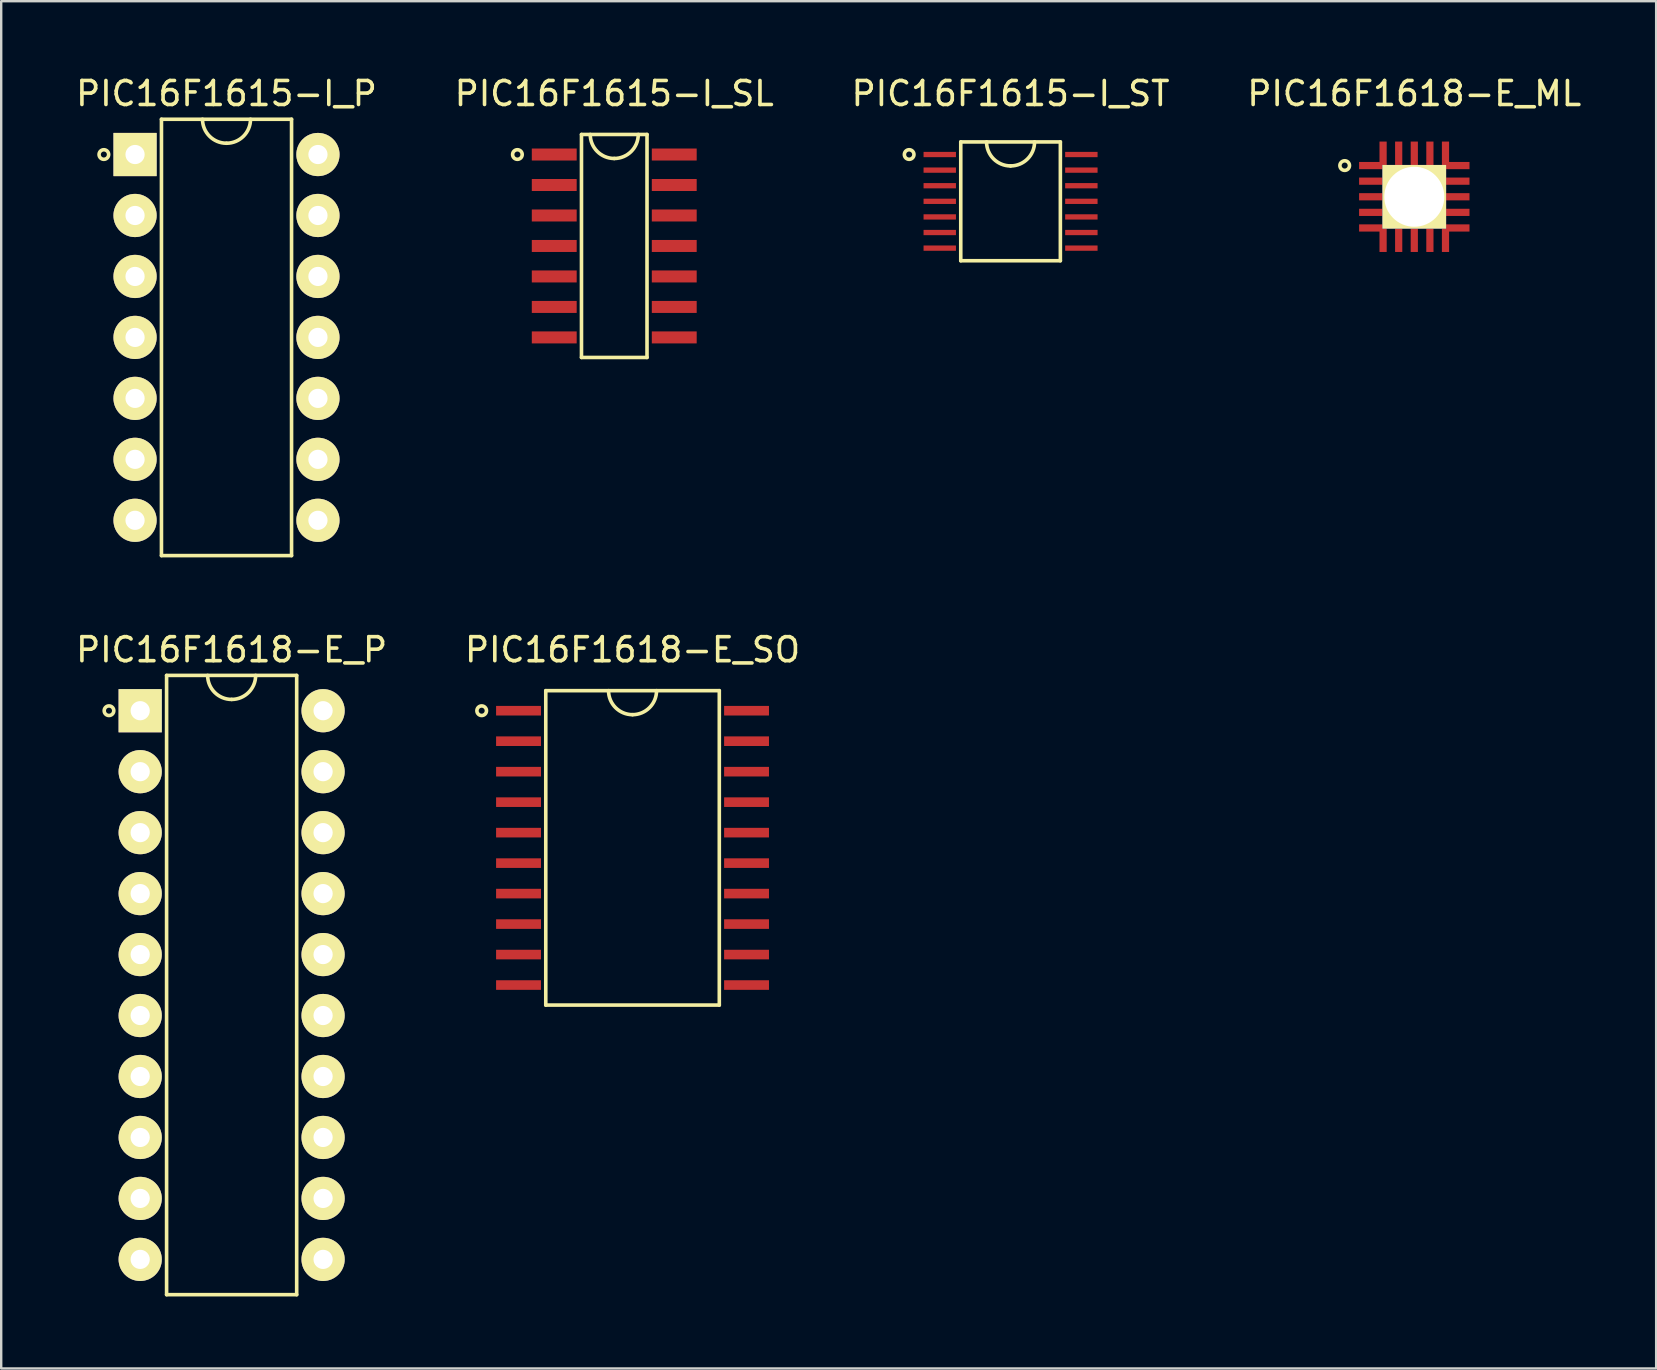
<source format=kicad_pcb>
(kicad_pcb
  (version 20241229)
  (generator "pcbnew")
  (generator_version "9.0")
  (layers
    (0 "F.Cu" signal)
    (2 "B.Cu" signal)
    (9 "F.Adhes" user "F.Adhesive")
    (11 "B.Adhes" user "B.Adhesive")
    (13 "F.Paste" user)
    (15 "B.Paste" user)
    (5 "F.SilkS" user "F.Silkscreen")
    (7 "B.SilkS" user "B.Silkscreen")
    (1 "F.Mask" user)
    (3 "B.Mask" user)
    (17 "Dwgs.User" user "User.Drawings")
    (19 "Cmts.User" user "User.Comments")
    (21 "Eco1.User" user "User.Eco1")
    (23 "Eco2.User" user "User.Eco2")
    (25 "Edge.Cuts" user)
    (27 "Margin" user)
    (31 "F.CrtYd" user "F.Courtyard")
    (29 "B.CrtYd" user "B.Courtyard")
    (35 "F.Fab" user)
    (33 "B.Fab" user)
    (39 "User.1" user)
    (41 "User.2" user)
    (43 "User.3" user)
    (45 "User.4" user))
  (footprint "PIC16F1618-E_P"
    (layer "F.Cu")
    (at 2.791 26.561)
    (property "Reference" "PIC16F1618-E_P" (at 3.81 -2.54 0) (layer "F.SilkS") (effects (font (size 1 1) (thickness 0.15))))
    (attr through_hole)
    (fp_line (start 1.1 -1.47) (end 6.52 -1.47) (stroke (width 0.15) (type solid)) (layer "F.SilkS"))
    (fp_line (start 1.1 24.33) (end 1.1 -1.47) (stroke (width 0.15) (type solid)) (layer "F.SilkS"))
    (fp_line (start 6.52 -1.47) (end 6.52 24.33) (stroke (width 0.15) (type solid)) (layer "F.SilkS"))
    (fp_line (start 6.52 24.33) (end 1.1 24.33) (stroke (width 0.15) (type solid)) (layer "F.SilkS"))
    (fp_arc (start 3.81 -0.47) (mid 3.102893 -0.762893) (end 2.81 -1.47) (stroke (width 0.15) (type solid)) (layer "F.SilkS"))
    (fp_arc (start 4.81 -1.47) (mid 4.517107 -0.762893) (end 3.81 -0.47) (stroke (width 0.15) (type solid)) (layer "F.SilkS"))
    (fp_circle (center -1.3 0) (end -1.3 0.2) (stroke (width 0.15) (type solid)) (fill no) (layer "F.SilkS"))
    (pad "1" thru_hole rect (at 0 0) (size 1.8 1.8) (drill 0.8) (layers "*.Cu" "*.Mask" "F.SilkS"))
    (pad "2" thru_hole circle (at 0 2.54) (size 1.8 1.8) (drill 0.8) (layers "*.Cu" "*.Mask" "F.SilkS"))
    (pad "3" thru_hole circle (at 0 5.08) (size 1.8 1.8) (drill 0.8) (layers "*.Cu" "*.Mask" "F.SilkS"))
    (pad "4" thru_hole circle (at 0 7.62) (size 1.8 1.8) (drill 0.8) (layers "*.Cu" "*.Mask" "F.SilkS"))
    (pad "5" thru_hole circle (at 0 10.16) (size 1.8 1.8) (drill 0.8) (layers "*.Cu" "*.Mask" "F.SilkS"))
    (pad "6" thru_hole circle (at 0 12.7) (size 1.8 1.8) (drill 0.8) (layers "*.Cu" "*.Mask" "F.SilkS"))
    (pad "7" thru_hole circle (at 0 15.24) (size 1.8 1.8) (drill 0.8) (layers "*.Cu" "*.Mask" "F.SilkS"))
    (pad "8" thru_hole circle (at 0 17.78) (size 1.8 1.8) (drill 0.8) (layers "*.Cu" "*.Mask" "F.SilkS"))
    (pad "9" thru_hole circle (at 0 20.32) (size 1.8 1.8) (drill 0.8) (layers "*.Cu" "*.Mask" "F.SilkS"))
    (pad "10" thru_hole circle (at 0 22.86) (size 1.8 1.8) (drill 0.8) (layers "*.Cu" "*.Mask" "F.SilkS"))
    (pad "11" thru_hole circle (at 7.62 22.86) (size 1.8 1.8) (drill 0.8) (layers "*.Cu" "*.Mask" "F.SilkS"))
    (pad "12" thru_hole circle (at 7.62 20.32) (size 1.8 1.8) (drill 0.8) (layers "*.Cu" "*.Mask" "F.SilkS"))
    (pad "13" thru_hole circle (at 7.62 17.78) (size 1.8 1.8) (drill 0.8) (layers "*.Cu" "*.Mask" "F.SilkS"))
    (pad "14" thru_hole circle (at 7.62 15.24) (size 1.8 1.8) (drill 0.8) (layers "*.Cu" "*.Mask" "F.SilkS"))
    (pad "15" thru_hole circle (at 7.62 12.7) (size 1.8 1.8) (drill 0.8) (layers "*.Cu" "*.Mask" "F.SilkS"))
    (pad "16" thru_hole circle (at 7.62 10.16) (size 1.8 1.8) (drill 0.8) (layers "*.Cu" "*.Mask" "F.SilkS"))
    (pad "17" thru_hole circle (at 7.62 7.62) (size 1.8 1.8) (drill 0.8) (layers "*.Cu" "*.Mask" "F.SilkS"))
    (pad "18" thru_hole circle (at 7.62 5.08) (size 1.8 1.8) (drill 0.8) (layers "*.Cu" "*.Mask" "F.SilkS"))
    (pad "19" thru_hole circle (at 7.62 2.54) (size 1.8 1.8) (drill 0.8) (layers "*.Cu" "*.Mask" "F.SilkS"))
    (pad "20" thru_hole circle (at 7.62 0) (size 1.8 1.8) (drill 0.8) (layers "*.Cu" "*.Mask" "F.SilkS")))
  (footprint "PIC16F1615-I_SL"
    (layer "F.Cu")
    (at 20.042 3.388)
    (property "Reference" "PIC16F1615-I_SL" (at 2.5 -2.54 0) (layer "F.SilkS") (effects (font (size 1 1) (thickness 0.15))))
    (attr through_hole)
    (fp_line (start 1.135 -0.835) (end 3.865 -0.835) (stroke (width 0.15) (type solid)) (layer "F.SilkS"))
    (fp_line (start 1.135 8.455) (end 1.135 -0.835) (stroke (width 0.15) (type solid)) (layer "F.SilkS"))
    (fp_line (start 3.865 -0.835) (end 3.865 8.455) (stroke (width 0.15) (type solid)) (layer "F.SilkS"))
    (fp_line (start 3.865 8.455) (end 1.135 8.455) (stroke (width 0.15) (type solid)) (layer "F.SilkS"))
    (fp_arc (start 2.5 0.165) (mid 1.792893 -0.127893) (end 1.5 -0.835) (stroke (width 0.15) (type solid)) (layer "F.SilkS"))
    (fp_arc (start 3.5 -0.835) (mid 3.207107 -0.127893) (end 2.5 0.165) (stroke (width 0.15) (type solid)) (layer "F.SilkS"))
    (fp_circle (center -1.535 0) (end -1.535 0.2) (stroke (width 0.15) (type solid)) (fill no) (layer "F.SilkS"))
    (pad "1" smd rect (at 0 0) (size 1.87 0.5) (layers "F.Cu" "F.Mask" "F.Paste"))
    (pad "2" smd rect (at 0 1.27) (size 1.87 0.5) (layers "F.Cu" "F.Mask" "F.Paste"))
    (pad "3" smd rect (at 0 2.54) (size 1.87 0.5) (layers "F.Cu" "F.Mask" "F.Paste"))
    (pad "4" smd rect (at 0 3.81) (size 1.87 0.5) (layers "F.Cu" "F.Mask" "F.Paste"))
    (pad "5" smd rect (at 0 5.08) (size 1.87 0.5) (layers "F.Cu" "F.Mask" "F.Paste"))
    (pad "6" smd rect (at 0 6.35) (size 1.87 0.5) (layers "F.Cu" "F.Mask" "F.Paste"))
    (pad "7" smd rect (at 0 7.62) (size 1.87 0.5) (layers "F.Cu" "F.Mask" "F.Paste"))
    (pad "8" smd rect (at 5 7.62) (size 1.87 0.5) (layers "F.Cu" "F.Mask" "F.Paste"))
    (pad "9" smd rect (at 5 6.35) (size 1.87 0.5) (layers "F.Cu" "F.Mask" "F.Paste"))
    (pad "10" smd rect (at 5 5.08) (size 1.87 0.5) (layers "F.Cu" "F.Mask" "F.Paste"))
    (pad "11" smd rect (at 5 3.81) (size 1.87 0.5) (layers "F.Cu" "F.Mask" "F.Paste"))
    (pad "12" smd rect (at 5 2.54) (size 1.87 0.5) (layers "F.Cu" "F.Mask" "F.Paste"))
    (pad "13" smd rect (at 5 1.27) (size 1.87 0.5) (layers "F.Cu" "F.Mask" "F.Paste"))
    (pad "14" smd rect (at 5 0) (size 1.87 0.5) (layers "F.Cu" "F.Mask" "F.Paste")))
  (footprint "PIC16F1615-I_P"
    (layer "F.Cu")
    (at 2.577 3.388)
    (property "Reference" "PIC16F1615-I_P" (at 3.81 -2.54 0) (layer "F.SilkS") (effects (font (size 1 1) (thickness 0.15))))
    (attr through_hole)
    (fp_line (start 1.1 -1.47) (end 6.52 -1.47) (stroke (width 0.15) (type solid)) (layer "F.SilkS"))
    (fp_line (start 1.1 16.71) (end 1.1 -1.47) (stroke (width 0.15) (type solid)) (layer "F.SilkS"))
    (fp_line (start 6.52 -1.47) (end 6.52 16.71) (stroke (width 0.15) (type solid)) (layer "F.SilkS"))
    (fp_line (start 6.52 16.71) (end 1.1 16.71) (stroke (width 0.15) (type solid)) (layer "F.SilkS"))
    (fp_arc (start 3.81 -0.47) (mid 3.102893 -0.762893) (end 2.81 -1.47) (stroke (width 0.15) (type solid)) (layer "F.SilkS"))
    (fp_arc (start 4.81 -1.47) (mid 4.517107 -0.762893) (end 3.81 -0.47) (stroke (width 0.15) (type solid)) (layer "F.SilkS"))
    (fp_circle (center -1.3 0) (end -1.3 0.2) (stroke (width 0.15) (type solid)) (fill no) (layer "F.SilkS"))
    (pad "1" thru_hole rect (at 0 0) (size 1.8 1.8) (drill 0.8) (layers "*.Cu" "*.Mask" "F.SilkS"))
    (pad "2" thru_hole circle (at 0 2.54) (size 1.8 1.8) (drill 0.8) (layers "*.Cu" "*.Mask" "F.SilkS"))
    (pad "3" thru_hole circle (at 0 5.08) (size 1.8 1.8) (drill 0.8) (layers "*.Cu" "*.Mask" "F.SilkS"))
    (pad "4" thru_hole circle (at 0 7.62) (size 1.8 1.8) (drill 0.8) (layers "*.Cu" "*.Mask" "F.SilkS"))
    (pad "5" thru_hole circle (at 0 10.16) (size 1.8 1.8) (drill 0.8) (layers "*.Cu" "*.Mask" "F.SilkS"))
    (pad "6" thru_hole circle (at 0 12.7) (size 1.8 1.8) (drill 0.8) (layers "*.Cu" "*.Mask" "F.SilkS"))
    (pad "7" thru_hole circle (at 0 15.24) (size 1.8 1.8) (drill 0.8) (layers "*.Cu" "*.Mask" "F.SilkS"))
    (pad "8" thru_hole circle (at 7.62 15.24) (size 1.8 1.8) (drill 0.8) (layers "*.Cu" "*.Mask" "F.SilkS"))
    (pad "9" thru_hole circle (at 7.62 12.7) (size 1.8 1.8) (drill 0.8) (layers "*.Cu" "*.Mask" "F.SilkS"))
    (pad "10" thru_hole circle (at 7.62 10.16) (size 1.8 1.8) (drill 0.8) (layers "*.Cu" "*.Mask" "F.SilkS"))
    (pad "11" thru_hole circle (at 7.62 7.62) (size 1.8 1.8) (drill 0.8) (layers "*.Cu" "*.Mask" "F.SilkS"))
    (pad "12" thru_hole circle (at 7.62 5.08) (size 1.8 1.8) (drill 0.8) (layers "*.Cu" "*.Mask" "F.SilkS"))
    (pad "13" thru_hole circle (at 7.62 2.54) (size 1.8 1.8) (drill 0.8) (layers "*.Cu" "*.Mask" "F.SilkS"))
    (pad "14" thru_hole circle (at 7.62 0) (size 1.8 1.8) (drill 0.8) (layers "*.Cu" "*.Mask" "F.SilkS")))
  (footprint "PIC16F1618-E_ML"
    (layer "F.Cu")
    (at 54.075 3.348)
    (property "Reference" "PIC16F1618-E_ML" (at 1.8 -2.5 0) (layer "F.SilkS") (effects (font (size 1 1) (thickness 0.15))))
    (attr through_hole)
    (fp_line (start 0.7 0.7) (end 0.7 2.9) (stroke (width 0.15) (type solid)) (layer "F.SilkS"))
    (fp_line (start 0.7 0.7) (end 2.9 0.7) (stroke (width 0.15) (type solid)) (layer "F.SilkS"))
    (fp_line (start 0.7 2.9) (end 2.9 2.9) (stroke (width 0.15) (type solid)) (layer "F.SilkS"))
    (fp_line (start 2.9 2.9) (end 2.9 0.7) (stroke (width 0.15) (type solid)) (layer "F.SilkS"))
    (fp_circle (center -1.1 0.5) (end -1.1 0.3) (stroke (width 0.15) (type solid)) (fill no) (layer "F.SilkS"))
    (fp_circle (center 1.7 1.7) (end 1.7 1.2) (stroke (width 0.15) (type solid)) (fill no) (layer "F.SilkS"))
    (pad "1" smd rect (at 0 0.5) (size 1 0.3) (layers "F.Cu" "F.Mask" "F.Paste"))
    (pad "2" smd rect (at 0 1.15) (size 1 0.3) (layers "F.Cu" "F.Mask" "F.Paste"))
    (pad "3" smd rect (at 0 1.8) (size 1 0.3) (layers "F.Cu" "F.Mask" "F.Paste"))
    (pad "4" smd rect (at 0 2.45) (size 1 0.3) (layers "F.Cu" "F.Mask" "F.Paste"))
    (pad "5" smd rect (at 0 3.1) (size 1 0.3) (layers "F.Cu" "F.Mask" "F.Paste"))
    (pad "6" smd rect (at 0.5 3.6) (size 0.3 1) (layers "F.Cu" "F.Mask" "F.Paste"))
    (pad "7" smd rect (at 1.15 3.6) (size 0.3 1) (layers "F.Cu" "F.Mask" "F.Paste"))
    (pad "8" smd rect (at 1.8 3.6) (size 0.3 1) (layers "F.Cu" "F.Mask" "F.Paste"))
    (pad "9" smd rect (at 2.45 3.6) (size 0.3 1) (layers "F.Cu" "F.Mask" "F.Paste"))
    (pad "10" smd rect (at 3.1 3.6) (size 0.3 1) (layers "F.Cu" "F.Mask" "F.Paste"))
    (pad "11" smd rect (at 3.6 3.1) (size 1 0.3) (layers "F.Cu" "F.Mask" "F.Paste"))
    (pad "12" smd rect (at 3.6 2.45) (size 1 0.3) (layers "F.Cu" "F.Mask" "F.Paste"))
    (pad "13" smd rect (at 3.6 1.8) (size 1 0.3) (layers "F.Cu" "F.Mask" "F.Paste"))
    (pad "14" smd rect (at 3.6 1.15) (size 1 0.3) (layers "F.Cu" "F.Mask" "F.Paste"))
    (pad "15" smd rect (at 3.6 0.5) (size 1 0.3) (layers "F.Cu" "F.Mask" "F.Paste"))
    (pad "16" smd rect (at 3.1 0) (size 0.3 1) (layers "F.Cu" "F.Mask" "F.Paste"))
    (pad "17" smd rect (at 2.45 0) (size 0.3 1) (layers "F.Cu" "F.Mask" "F.Paste"))
    (pad "18" smd rect (at 1.8 0) (size 0.3 1) (layers "F.Cu" "F.Mask" "F.Paste"))
    (pad "19" smd rect (at 1.15 0) (size 0.3 1) (layers "F.Cu" "F.Mask" "F.Paste"))
    (pad "20" smd rect (at 0.5 0) (size 0.3 1) (layers "F.Cu" "F.Mask" "F.Paste"))
    (pad "999" thru_hole rect (at 1.8 1.8) (size 2.65 2.65) (drill 2.5) (layers "*.Cu" "*.Mask" "F.SilkS")))
  (footprint "PIC16F1615-I_ST"
    (layer "F.Cu")
    (at 36.104 3.388)
    (property "Reference" "PIC16F1615-I_ST" (at 2.95 -2.54 0) (layer "F.SilkS") (effects (font (size 1 1) (thickness 0.15))))
    (attr through_hole)
    (fp_line (start 0.875 -0.525) (end 5.025 -0.525) (stroke (width 0.15) (type solid)) (layer "F.SilkS"))
    (fp_line (start 0.875 4.425) (end 0.875 -0.525) (stroke (width 0.15) (type solid)) (layer "F.SilkS"))
    (fp_line (start 5.025 -0.525) (end 5.025 4.425) (stroke (width 0.15) (type solid)) (layer "F.SilkS"))
    (fp_line (start 5.025 4.425) (end 0.875 4.425) (stroke (width 0.15) (type solid)) (layer "F.SilkS"))
    (fp_arc (start 2.95 0.475) (mid 2.242893 0.182107) (end 1.95 -0.525) (stroke (width 0.15) (type solid)) (layer "F.SilkS"))
    (fp_arc (start 3.95 -0.525) (mid 3.657107 0.182107) (end 2.95 0.475) (stroke (width 0.15) (type solid)) (layer "F.SilkS"))
    (fp_circle (center -1.275 0) (end -1.275 0.2) (stroke (width 0.15) (type solid)) (fill no) (layer "F.SilkS"))
    (pad "1" smd rect (at 0 0) (size 1.35 0.22) (layers "F.Cu" "F.Mask" "F.Paste"))
    (pad "2" smd rect (at 0 0.65) (size 1.35 0.22) (layers "F.Cu" "F.Mask" "F.Paste"))
    (pad "3" smd rect (at 0 1.3) (size 1.35 0.22) (layers "F.Cu" "F.Mask" "F.Paste"))
    (pad "4" smd rect (at 0 1.95) (size 1.35 0.22) (layers "F.Cu" "F.Mask" "F.Paste"))
    (pad "5" smd rect (at 0 2.6) (size 1.35 0.22) (layers "F.Cu" "F.Mask" "F.Paste"))
    (pad "6" smd rect (at 0 3.25) (size 1.35 0.22) (layers "F.Cu" "F.Mask" "F.Paste"))
    (pad "7" smd rect (at 0 3.9) (size 1.35 0.22) (layers "F.Cu" "F.Mask" "F.Paste"))
    (pad "8" smd rect (at 5.9 3.9) (size 1.35 0.22) (layers "F.Cu" "F.Mask" "F.Paste"))
    (pad "9" smd rect (at 5.9 3.25) (size 1.35 0.22) (layers "F.Cu" "F.Mask" "F.Paste"))
    (pad "10" smd rect (at 5.9 2.6) (size 1.35 0.22) (layers "F.Cu" "F.Mask" "F.Paste"))
    (pad "11" smd rect (at 5.9 1.95) (size 1.35 0.22) (layers "F.Cu" "F.Mask" "F.Paste"))
    (pad "12" smd rect (at 5.9 1.3) (size 1.35 0.22) (layers "F.Cu" "F.Mask" "F.Paste"))
    (pad "13" smd rect (at 5.9 0.65) (size 1.35 0.22) (layers "F.Cu" "F.Mask" "F.Paste"))
    (pad "14" smd rect (at 5.9 0) (size 1.35 0.22) (layers "F.Cu" "F.Mask" "F.Paste")))
  (footprint "PIC16F1618-E_SO"
    (layer "F.Cu")
    (at 18.554 26.561)
    (property "Reference" "PIC16F1618-E_SO" (at 4.75 -2.54 0) (layer "F.SilkS") (effects (font (size 1 1) (thickness 0.15))))
    (attr through_hole)
    (fp_line (start 1.135 -0.835) (end 8.365 -0.835) (stroke (width 0.15) (type solid)) (layer "F.SilkS"))
    (fp_line (start 1.135 12.265) (end 1.135 -0.835) (stroke (width 0.15) (type solid)) (layer "F.SilkS"))
    (fp_line (start 8.365 -0.835) (end 8.365 12.265) (stroke (width 0.15) (type solid)) (layer "F.SilkS"))
    (fp_line (start 8.365 12.265) (end 1.135 12.265) (stroke (width 0.15) (type solid)) (layer "F.SilkS"))
    (fp_arc (start 4.75 0.165) (mid 4.042893 -0.127893) (end 3.75 -0.835) (stroke (width 0.15) (type solid)) (layer "F.SilkS"))
    (fp_arc (start 5.75 -0.835) (mid 5.457107 -0.127893) (end 4.75 0.165) (stroke (width 0.15) (type solid)) (layer "F.SilkS"))
    (fp_circle (center -1.535 0) (end -1.535 0.2) (stroke (width 0.15) (type solid)) (fill no) (layer "F.SilkS"))
    (pad "1" smd rect (at 0 0) (size 1.87 0.4) (layers "F.Cu" "F.Mask" "F.Paste"))
    (pad "2" smd rect (at 0 1.27) (size 1.87 0.4) (layers "F.Cu" "F.Mask" "F.Paste"))
    (pad "3" smd rect (at 0 2.54) (size 1.87 0.4) (layers "F.Cu" "F.Mask" "F.Paste"))
    (pad "4" smd rect (at 0 3.81) (size 1.87 0.4) (layers "F.Cu" "F.Mask" "F.Paste"))
    (pad "5" smd rect (at 0 5.08) (size 1.87 0.4) (layers "F.Cu" "F.Mask" "F.Paste"))
    (pad "6" smd rect (at 0 6.35) (size 1.87 0.4) (layers "F.Cu" "F.Mask" "F.Paste"))
    (pad "7" smd rect (at 0 7.62) (size 1.87 0.4) (layers "F.Cu" "F.Mask" "F.Paste"))
    (pad "8" smd rect (at 0 8.89) (size 1.87 0.4) (layers "F.Cu" "F.Mask" "F.Paste"))
    (pad "9" smd rect (at 0 10.16) (size 1.87 0.4) (layers "F.Cu" "F.Mask" "F.Paste"))
    (pad "10" smd rect (at 0 11.43) (size 1.87 0.4) (layers "F.Cu" "F.Mask" "F.Paste"))
    (pad "11" smd rect (at 9.5 11.43) (size 1.87 0.4) (layers "F.Cu" "F.Mask" "F.Paste"))
    (pad "12" smd rect (at 9.5 10.16) (size 1.87 0.4) (layers "F.Cu" "F.Mask" "F.Paste"))
    (pad "13" smd rect (at 9.5 8.89) (size 1.87 0.4) (layers "F.Cu" "F.Mask" "F.Paste"))
    (pad "14" smd rect (at 9.5 7.62) (size 1.87 0.4) (layers "F.Cu" "F.Mask" "F.Paste"))
    (pad "15" smd rect (at 9.5 6.35) (size 1.87 0.4) (layers "F.Cu" "F.Mask" "F.Paste"))
    (pad "16" smd rect (at 9.5 5.08) (size 1.87 0.4) (layers "F.Cu" "F.Mask" "F.Paste"))
    (pad "17" smd rect (at 9.5 3.81) (size 1.87 0.4) (layers "F.Cu" "F.Mask" "F.Paste"))
    (pad "18" smd rect (at 9.5 2.54) (size 1.87 0.4) (layers "F.Cu" "F.Mask" "F.Paste"))
    (pad "19" smd rect (at 9.5 1.27) (size 1.87 0.4) (layers "F.Cu" "F.Mask" "F.Paste"))
    (pad "20" smd rect (at 9.5 0) (size 1.87 0.4) (layers "F.Cu" "F.Mask" "F.Paste")))
  (gr_rect
    (start -3 -3)
    (end 65.952 53.967)
    (stroke (width 0.1) (type default))
    (fill no)
    (layer "Edge.Cuts")))
</source>
